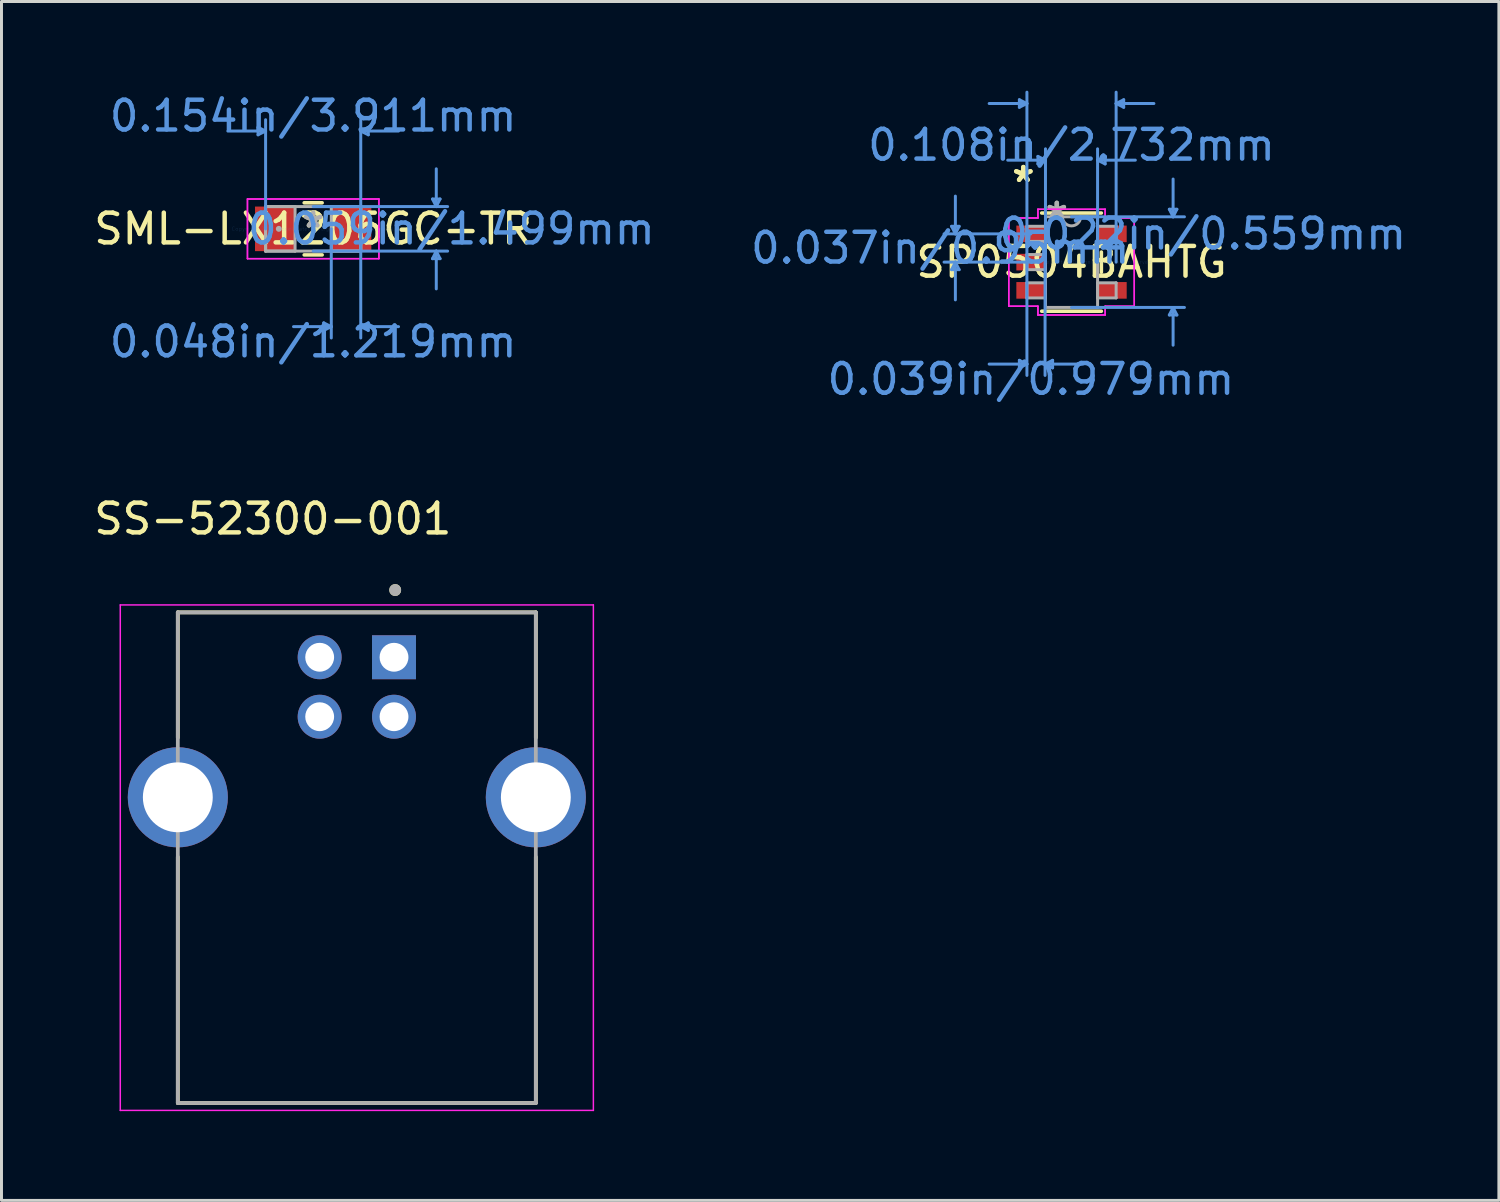
<source format=kicad_pcb>
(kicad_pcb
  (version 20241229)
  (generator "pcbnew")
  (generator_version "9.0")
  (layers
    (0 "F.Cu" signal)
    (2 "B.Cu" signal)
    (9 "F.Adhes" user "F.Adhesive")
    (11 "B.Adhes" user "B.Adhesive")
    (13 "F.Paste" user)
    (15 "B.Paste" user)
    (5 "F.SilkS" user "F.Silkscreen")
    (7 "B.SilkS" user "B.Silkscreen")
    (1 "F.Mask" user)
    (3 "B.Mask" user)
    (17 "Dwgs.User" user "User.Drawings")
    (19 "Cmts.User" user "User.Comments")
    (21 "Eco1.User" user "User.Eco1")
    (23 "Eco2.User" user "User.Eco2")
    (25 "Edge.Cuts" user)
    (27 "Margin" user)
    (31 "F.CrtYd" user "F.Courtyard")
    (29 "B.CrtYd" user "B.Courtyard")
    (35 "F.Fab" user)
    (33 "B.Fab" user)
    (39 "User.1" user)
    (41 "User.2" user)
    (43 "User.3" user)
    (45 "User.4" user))
  (footprint "SML-LX1206GC-TR"
    (layer "F.Cu")
    (at 7.482 4.646)
    (property "Reference" "SML-LX1206GC-TR" (at 0 0 0) (layer "F.SilkS") (effects (font (size 1 1) (thickness 0.15))))
    (attr through_hole)
    (fp_line (start -0.302 0.876) (end 0.302 0.876) (stroke (width 0.12) (type solid)) (layer "F.SilkS"))
    (fp_line (start 0.302 -0.876) (end -0.302 -0.876) (stroke (width 0.12) (type solid)) (layer "F.SilkS"))
    (fp_line (start -1.854 -3.416) (end -1.854 -3.162) (stroke (width 0.1) (type solid)) (layer "Cmts.User"))
    (fp_line (start -1.6 -3.289) (end -2.87 -3.289) (stroke (width 0.1) (type solid)) (layer "Cmts.User"))
    (fp_line (start -1.6 -3.289) (end -1.854 -3.416) (stroke (width 0.1) (type solid)) (layer "Cmts.User"))
    (fp_line (start -1.6 -3.289) (end -1.854 -3.162) (stroke (width 0.1) (type solid)) (layer "Cmts.User"))
    (fp_line (start -1.6 0) (end -1.6 -3.67) (stroke (width 0.1) (type solid)) (layer "Cmts.User"))
    (fp_line (start 0 -0.749) (end 4.521 -0.749) (stroke (width 0.1) (type solid)) (layer "Cmts.User"))
    (fp_line (start 0 0.749) (end 4.521 0.749) (stroke (width 0.1) (type solid)) (layer "Cmts.User"))
    (fp_line (start 0.355 3.162) (end 0.355 3.416) (stroke (width 0.1) (type solid)) (layer "Cmts.User"))
    (fp_line (start 0.609 0) (end 0.609 3.67) (stroke (width 0.1) (type solid)) (layer "Cmts.User"))
    (fp_line (start 0.609 3.289) (end -0.661 3.289) (stroke (width 0.1) (type solid)) (layer "Cmts.User"))
    (fp_line (start 0.609 3.289) (end 0.355 3.162) (stroke (width 0.1) (type solid)) (layer "Cmts.User"))
    (fp_line (start 0.609 3.289) (end 0.355 3.416) (stroke (width 0.1) (type solid)) (layer "Cmts.User"))
    (fp_line (start 1.6 -3.289) (end 1.854 -3.416) (stroke (width 0.1) (type solid)) (layer "Cmts.User"))
    (fp_line (start 1.6 -3.289) (end 1.854 -3.162) (stroke (width 0.1) (type solid)) (layer "Cmts.User"))
    (fp_line (start 1.6 -3.289) (end 2.87 -3.289) (stroke (width 0.1) (type solid)) (layer "Cmts.User"))
    (fp_line (start 1.6 0) (end 1.6 -3.67) (stroke (width 0.1) (type solid)) (layer "Cmts.User"))
    (fp_line (start 1.6 0) (end 1.6 3.67) (stroke (width 0.1) (type solid)) (layer "Cmts.User"))
    (fp_line (start 1.6 3.289) (end 1.854 3.162) (stroke (width 0.1) (type solid)) (layer "Cmts.User"))
    (fp_line (start 1.6 3.289) (end 1.854 3.416) (stroke (width 0.1) (type solid)) (layer "Cmts.User"))
    (fp_line (start 1.6 3.289) (end 2.87 3.289) (stroke (width 0.1) (type solid)) (layer "Cmts.User"))
    (fp_line (start 1.854 -3.416) (end 1.854 -3.162) (stroke (width 0.1) (type solid)) (layer "Cmts.User"))
    (fp_line (start 1.854 3.162) (end 1.854 3.416) (stroke (width 0.1) (type solid)) (layer "Cmts.User"))
    (fp_line (start 4.013 -1.003) (end 4.267 -1.003) (stroke (width 0.1) (type solid)) (layer "Cmts.User"))
    (fp_line (start 4.013 1.003) (end 4.267 1.003) (stroke (width 0.1) (type solid)) (layer "Cmts.User"))
    (fp_line (start 4.14 -0.749) (end 4.013 -1.003) (stroke (width 0.1) (type solid)) (layer "Cmts.User"))
    (fp_line (start 4.14 -0.749) (end 4.14 -2.019) (stroke (width 0.1) (type solid)) (layer "Cmts.User"))
    (fp_line (start 4.14 -0.749) (end 4.267 -1.003) (stroke (width 0.1) (type solid)) (layer "Cmts.User"))
    (fp_line (start 4.14 0.749) (end 4.013 1.003) (stroke (width 0.1) (type solid)) (layer "Cmts.User"))
    (fp_line (start 4.14 0.749) (end 4.14 2.019) (stroke (width 0.1) (type solid)) (layer "Cmts.User"))
    (fp_line (start 4.14 0.749) (end 4.267 1.003) (stroke (width 0.1) (type solid)) (layer "Cmts.User"))
    (fp_line (start -2.21 -1.003) (end 2.21 -1.003) (stroke (width 0.05) (type solid)) (layer "F.CrtYd"))
    (fp_line (start -2.21 -1.003) (end 2.21 -1.003) (stroke (width 0.05) (type solid)) (layer "F.CrtYd"))
    (fp_line (start -2.21 1.003) (end -2.21 -1.003) (stroke (width 0.05) (type solid)) (layer "F.CrtYd"))
    (fp_line (start -2.21 1.003) (end -2.21 -1.003) (stroke (width 0.05) (type solid)) (layer "F.CrtYd"))
    (fp_line (start 2.21 -1.003) (end 2.21 1.003) (stroke (width 0.05) (type solid)) (layer "F.CrtYd"))
    (fp_line (start 2.21 -1.003) (end 2.21 1.003) (stroke (width 0.05) (type solid)) (layer "F.CrtYd"))
    (fp_line (start 2.21 1.003) (end -2.21 1.003) (stroke (width 0.05) (type solid)) (layer "F.CrtYd"))
    (fp_line (start 2.21 1.003) (end -2.21 1.003) (stroke (width 0.05) (type solid)) (layer "F.CrtYd"))
    (fp_line (start -1.6 -0.749) (end -1.6 0.749) (stroke (width 0.1) (type solid)) (layer "F.Fab"))
    (fp_line (start -1.6 -0.749) (end -1.6 0.749) (stroke (width 0.1) (type solid)) (layer "F.Fab"))
    (fp_line (start -1.6 0.749) (end -0.609 0.749) (stroke (width 0.1) (type solid)) (layer "F.Fab"))
    (fp_line (start -1.6 0.749) (end 1.6 0.749) (stroke (width 0.1) (type solid)) (layer "F.Fab"))
    (fp_line (start -0.609 -0.749) (end -1.6 -0.749) (stroke (width 0.1) (type solid)) (layer "F.Fab"))
    (fp_line (start -0.609 0.749) (end -0.609 -0.749) (stroke (width 0.1) (type solid)) (layer "F.Fab"))
    (fp_line (start 0.609 -0.749) (end 0.609 0.749) (stroke (width 0.1) (type solid)) (layer "F.Fab"))
    (fp_line (start 0.609 0.749) (end 1.6 0.749) (stroke (width 0.1) (type solid)) (layer "F.Fab"))
    (fp_line (start 1.6 -0.749) (end -1.6 -0.749) (stroke (width 0.1) (type solid)) (layer "F.Fab"))
    (fp_line (start 1.6 -0.749) (end 0.609 -0.749) (stroke (width 0.1) (type solid)) (layer "F.Fab"))
    (fp_line (start 1.6 0.749) (end 1.6 -0.749) (stroke (width 0.1) (type solid)) (layer "F.Fab"))
    (fp_line (start 1.6 0.749) (end 1.6 -0.749) (stroke (width 0.1) (type solid)) (layer "F.Fab"))
    (fp_circle (center -1.156 0) (end -1.156 0) (stroke (width 0.1) (type solid)) (fill no) (layer "F.Fab"))
    (fp_text user "*" (at 0 0 0) (layer "F.SilkS") (effects (font (size 1 1) (thickness 0.15))))
    (fp_text user "0.154in/3.911mm" (at 0 -3.797 0) (layer "Cmts.User") (effects (font (size 1 1) (thickness 0.15))))
    (fp_text user "Copyright 2021 Accelerated Designs. All rights reserved." (at 0 0 0) (layer "Cmts.User") (effects (font (size 0.127 0.127) (thickness 0.002))))
    (fp_text user "0.059in/1.499mm" (at 4.648 0 0) (layer "Cmts.User") (effects (font (size 1 1) (thickness 0.15))))
    (fp_text user "0.048in/1.219mm" (at 0 3.797 0) (layer "Cmts.User") (effects (font (size 1 1) (thickness 0.15))))
    (fp_text user "*" (at 0 0 0) (layer "F.Fab") (effects (font (size 1 1) (thickness 0.15))))
    (pad "1" smd rect (at -1.283 0) (size 1.346 1.499) (layers "F.Cu" "F.Mask" "F.Paste"))
    (pad "2" smd rect (at 1.283 0) (size 1.346 1.499) (layers "F.Cu" "F.Mask" "F.Paste")))
  (footprint "SP0504BAHTG"
    (layer "F.Cu")
    (at 32.985 5.765)
    (property "Reference" "SP0504BAHTG" (at 0 0 0) (layer "F.SilkS") (effects (font (size 1 1) (thickness 0.15))))
    (attr through_hole)
    (fp_line (start -1.003 1.651) (end 1.003 1.651) (stroke (width 0.12) (type solid)) (layer "F.SilkS"))
    (fp_line (start 1.003 -1.651) (end -1.003 -1.651) (stroke (width 0.12) (type solid)) (layer "F.SilkS"))
    (fp_line (start 1.003 0.338) (end 1.003 -0.338) (stroke (width 0.12) (type solid)) (layer "F.SilkS"))
    (fp_line (start -4.033 -1.204) (end -3.779 -1.204) (stroke (width 0.1) (type solid)) (layer "Cmts.User"))
    (fp_line (start -4.033 0.254) (end -3.779 0.254) (stroke (width 0.1) (type solid)) (layer "Cmts.User"))
    (fp_line (start -3.906 -0.95) (end -4.033 -1.204) (stroke (width 0.1) (type solid)) (layer "Cmts.User"))
    (fp_line (start -3.906 -0.95) (end -3.906 -2.22) (stroke (width 0.1) (type solid)) (layer "Cmts.User"))
    (fp_line (start -3.906 -0.95) (end -3.779 -1.204) (stroke (width 0.1) (type solid)) (layer "Cmts.User"))
    (fp_line (start -3.906 0) (end -4.033 0.254) (stroke (width 0.1) (type solid)) (layer "Cmts.User"))
    (fp_line (start -3.906 0) (end -3.906 1.27) (stroke (width 0.1) (type solid)) (layer "Cmts.User"))
    (fp_line (start -3.906 0) (end -3.779 0.254) (stroke (width 0.1) (type solid)) (layer "Cmts.User"))
    (fp_line (start -1.754 -5.461) (end -1.754 -5.207) (stroke (width 0.1) (type solid)) (layer "Cmts.User"))
    (fp_line (start -1.754 3.302) (end -1.754 3.556) (stroke (width 0.1) (type solid)) (layer "Cmts.User"))
    (fp_line (start -1.5 -5.334) (end -2.77 -5.334) (stroke (width 0.1) (type solid)) (layer "Cmts.User"))
    (fp_line (start -1.5 -5.334) (end -1.754 -5.461) (stroke (width 0.1) (type solid)) (layer "Cmts.User"))
    (fp_line (start -1.5 -5.334) (end -1.754 -5.207) (stroke (width 0.1) (type solid)) (layer "Cmts.User"))
    (fp_line (start -1.5 0) (end -1.5 -5.715) (stroke (width 0.1) (type solid)) (layer "Cmts.User"))
    (fp_line (start -1.5 0) (end -1.5 3.81) (stroke (width 0.1) (type solid)) (layer "Cmts.User"))
    (fp_line (start -1.5 3.429) (end -2.77 3.429) (stroke (width 0.1) (type solid)) (layer "Cmts.User"))
    (fp_line (start -1.5 3.429) (end -1.754 3.302) (stroke (width 0.1) (type solid)) (layer "Cmts.User"))
    (fp_line (start -1.5 3.429) (end -1.754 3.556) (stroke (width 0.1) (type solid)) (layer "Cmts.User"))
    (fp_line (start -1.366 -0.95) (end -4.287 -0.95) (stroke (width 0.1) (type solid)) (layer "Cmts.User"))
    (fp_line (start -1.366 0) (end -4.287 0) (stroke (width 0.1) (type solid)) (layer "Cmts.User"))
    (fp_line (start -1.13 -3.556) (end -1.13 -3.302) (stroke (width 0.1) (type solid)) (layer "Cmts.User"))
    (fp_line (start -0.89 0) (end -0.89 3.81) (stroke (width 0.1) (type solid)) (layer "Cmts.User"))
    (fp_line (start -0.89 3.429) (end -0.636 3.302) (stroke (width 0.1) (type solid)) (layer "Cmts.User"))
    (fp_line (start -0.89 3.429) (end -0.636 3.556) (stroke (width 0.1) (type solid)) (layer "Cmts.User"))
    (fp_line (start -0.89 3.429) (end 0.38 3.429) (stroke (width 0.1) (type solid)) (layer "Cmts.User"))
    (fp_line (start -0.876 -3.429) (end -2.146 -3.429) (stroke (width 0.1) (type solid)) (layer "Cmts.User"))
    (fp_line (start -0.876 -3.429) (end -1.13 -3.556) (stroke (width 0.1) (type solid)) (layer "Cmts.User"))
    (fp_line (start -0.876 -3.429) (end -1.13 -3.302) (stroke (width 0.1) (type solid)) (layer "Cmts.User"))
    (fp_line (start -0.876 0) (end -0.876 -3.81) (stroke (width 0.1) (type solid)) (layer "Cmts.User"))
    (fp_line (start -0.636 3.302) (end -0.636 3.556) (stroke (width 0.1) (type solid)) (layer "Cmts.User"))
    (fp_line (start 0 -1.524) (end 3.797 -1.524) (stroke (width 0.1) (type solid)) (layer "Cmts.User"))
    (fp_line (start 0 1.524) (end 3.797 1.524) (stroke (width 0.1) (type solid)) (layer "Cmts.User"))
    (fp_line (start 0.876 -3.429) (end 1.13 -3.556) (stroke (width 0.1) (type solid)) (layer "Cmts.User"))
    (fp_line (start 0.876 -3.429) (end 1.13 -3.302) (stroke (width 0.1) (type solid)) (layer "Cmts.User"))
    (fp_line (start 0.876 -3.429) (end 2.146 -3.429) (stroke (width 0.1) (type solid)) (layer "Cmts.User"))
    (fp_line (start 0.876 0) (end 0.876 -3.81) (stroke (width 0.1) (type solid)) (layer "Cmts.User"))
    (fp_line (start 1.13 -3.556) (end 1.13 -3.302) (stroke (width 0.1) (type solid)) (layer "Cmts.User"))
    (fp_line (start 1.5 -5.334) (end 1.754 -5.461) (stroke (width 0.1) (type solid)) (layer "Cmts.User"))
    (fp_line (start 1.5 -5.334) (end 1.754 -5.207) (stroke (width 0.1) (type solid)) (layer "Cmts.User"))
    (fp_line (start 1.5 -5.334) (end 2.77 -5.334) (stroke (width 0.1) (type solid)) (layer "Cmts.User"))
    (fp_line (start 1.5 0) (end 1.5 -5.715) (stroke (width 0.1) (type solid)) (layer "Cmts.User"))
    (fp_line (start 1.754 -5.461) (end 1.754 -5.207) (stroke (width 0.1) (type solid)) (layer "Cmts.User"))
    (fp_line (start 3.289 -1.778) (end 3.543 -1.778) (stroke (width 0.1) (type solid)) (layer "Cmts.User"))
    (fp_line (start 3.289 1.778) (end 3.543 1.778) (stroke (width 0.1) (type solid)) (layer "Cmts.User"))
    (fp_line (start 3.416 -1.524) (end 3.289 -1.778) (stroke (width 0.1) (type solid)) (layer "Cmts.User"))
    (fp_line (start 3.416 -1.524) (end 3.416 -2.794) (stroke (width 0.1) (type solid)) (layer "Cmts.User"))
    (fp_line (start 3.416 -1.524) (end 3.543 -1.778) (stroke (width 0.1) (type solid)) (layer "Cmts.User"))
    (fp_line (start 3.416 1.524) (end 3.289 1.778) (stroke (width 0.1) (type solid)) (layer "Cmts.User"))
    (fp_line (start 3.416 1.524) (end 3.416 2.794) (stroke (width 0.1) (type solid)) (layer "Cmts.User"))
    (fp_line (start 3.416 1.524) (end 3.543 1.778) (stroke (width 0.1) (type solid)) (layer "Cmts.User"))
    (fp_line (start -2.11 -1.483) (end -1.13 -1.483) (stroke (width 0.05) (type solid)) (layer "F.CrtYd"))
    (fp_line (start -2.11 -1.483) (end -1.13 -1.483) (stroke (width 0.05) (type solid)) (layer "F.CrtYd"))
    (fp_line (start -2.11 1.483) (end -2.11 -1.483) (stroke (width 0.05) (type solid)) (layer "F.CrtYd"))
    (fp_line (start -2.11 1.483) (end -2.11 -1.483) (stroke (width 0.05) (type solid)) (layer "F.CrtYd"))
    (fp_line (start -2.11 1.483) (end -1.13 1.483) (stroke (width 0.05) (type solid)) (layer "F.CrtYd"))
    (fp_line (start -1.13 -1.778) (end 1.13 -1.778) (stroke (width 0.05) (type solid)) (layer "F.CrtYd"))
    (fp_line (start -1.13 -1.778) (end 1.13 -1.778) (stroke (width 0.05) (type solid)) (layer "F.CrtYd"))
    (fp_line (start -1.13 -1.483) (end -1.13 -1.778) (stroke (width 0.05) (type solid)) (layer "F.CrtYd"))
    (fp_line (start -1.13 -1.483) (end -1.13 -1.778) (stroke (width 0.05) (type solid)) (layer "F.CrtYd"))
    (fp_line (start -1.13 1.483) (end -2.11 1.483) (stroke (width 0.05) (type solid)) (layer "F.CrtYd"))
    (fp_line (start -1.13 1.778) (end -1.13 1.483) (stroke (width 0.05) (type solid)) (layer "F.CrtYd"))
    (fp_line (start -1.13 1.778) (end -1.13 1.483) (stroke (width 0.05) (type solid)) (layer "F.CrtYd"))
    (fp_line (start 1.13 -1.778) (end 1.13 -1.483) (stroke (width 0.05) (type solid)) (layer "F.CrtYd"))
    (fp_line (start 1.13 -1.778) (end 1.13 -1.483) (stroke (width 0.05) (type solid)) (layer "F.CrtYd"))
    (fp_line (start 1.13 -1.483) (end 2.11 -1.483) (stroke (width 0.05) (type solid)) (layer "F.CrtYd"))
    (fp_line (start 1.13 1.483) (end 1.13 1.778) (stroke (width 0.05) (type solid)) (layer "F.CrtYd"))
    (fp_line (start 1.13 1.483) (end 1.13 1.778) (stroke (width 0.05) (type solid)) (layer "F.CrtYd"))
    (fp_line (start 1.13 1.778) (end -1.13 1.778) (stroke (width 0.05) (type solid)) (layer "F.CrtYd"))
    (fp_line (start 1.13 1.778) (end -1.13 1.778) (stroke (width 0.05) (type solid)) (layer "F.CrtYd"))
    (fp_line (start 2.11 -1.483) (end 1.13 -1.483) (stroke (width 0.05) (type solid)) (layer "F.CrtYd"))
    (fp_line (start 2.11 -1.483) (end 2.11 1.483) (stroke (width 0.05) (type solid)) (layer "F.CrtYd"))
    (fp_line (start 2.11 -1.483) (end 2.11 1.483) (stroke (width 0.05) (type solid)) (layer "F.CrtYd"))
    (fp_line (start 2.11 1.483) (end 1.13 1.483) (stroke (width 0.05) (type solid)) (layer "F.CrtYd"))
    (fp_line (start 2.11 1.483) (end 1.13 1.483) (stroke (width 0.05) (type solid)) (layer "F.CrtYd"))
    (fp_line (start -1.5 -1.204) (end -1.5 -0.696) (stroke (width 0.1) (type solid)) (layer "F.Fab"))
    (fp_line (start -1.5 -0.696) (end -0.876 -0.696) (stroke (width 0.1) (type solid)) (layer "F.Fab"))
    (fp_line (start -1.5 -0.254) (end -1.5 0.254) (stroke (width 0.1) (type solid)) (layer "F.Fab"))
    (fp_line (start -1.5 0.254) (end -0.876 0.254) (stroke (width 0.1) (type solid)) (layer "F.Fab"))
    (fp_line (start -1.5 0.696) (end -1.5 1.204) (stroke (width 0.1) (type solid)) (layer "F.Fab"))
    (fp_line (start -1.5 1.204) (end -0.876 1.204) (stroke (width 0.1) (type solid)) (layer "F.Fab"))
    (fp_line (start -0.876 -1.524) (end -0.876 1.524) (stroke (width 0.1) (type solid)) (layer "F.Fab"))
    (fp_line (start -0.876 -1.204) (end -1.5 -1.204) (stroke (width 0.1) (type solid)) (layer "F.Fab"))
    (fp_line (start -0.876 -0.696) (end -0.876 -1.204) (stroke (width 0.1) (type solid)) (layer "F.Fab"))
    (fp_line (start -0.876 -0.254) (end -1.5 -0.254) (stroke (width 0.1) (type solid)) (layer "F.Fab"))
    (fp_line (start -0.876 0.254) (end -0.876 -0.254) (stroke (width 0.1) (type solid)) (layer "F.Fab"))
    (fp_line (start -0.876 0.696) (end -1.5 0.696) (stroke (width 0.1) (type solid)) (layer "F.Fab"))
    (fp_line (start -0.876 1.204) (end -0.876 0.696) (stroke (width 0.1) (type solid)) (layer "F.Fab"))
    (fp_line (start -0.876 1.524) (end 0.876 1.524) (stroke (width 0.1) (type solid)) (layer "F.Fab"))
    (fp_line (start 0.876 -1.524) (end -0.876 -1.524) (stroke (width 0.1) (type solid)) (layer "F.Fab"))
    (fp_line (start 0.876 -1.204) (end 0.876 -0.696) (stroke (width 0.1) (type solid)) (layer "F.Fab"))
    (fp_line (start 0.876 -0.696) (end 1.5 -0.696) (stroke (width 0.1) (type solid)) (layer "F.Fab"))
    (fp_line (start 0.876 0.696) (end 0.876 1.204) (stroke (width 0.1) (type solid)) (layer "F.Fab"))
    (fp_line (start 0.876 1.204) (end 1.5 1.204) (stroke (width 0.1) (type solid)) (layer "F.Fab"))
    (fp_line (start 0.876 1.524) (end 0.876 -1.524) (stroke (width 0.1) (type solid)) (layer "F.Fab"))
    (fp_line (start 1.5 -1.204) (end 0.876 -1.204) (stroke (width 0.1) (type solid)) (layer "F.Fab"))
    (fp_line (start 1.5 -0.696) (end 1.5 -1.204) (stroke (width 0.1) (type solid)) (layer "F.Fab"))
    (fp_line (start 1.5 0.696) (end 0.876 0.696) (stroke (width 0.1) (type solid)) (layer "F.Fab"))
    (fp_line (start 1.5 1.204) (end 1.5 0.696) (stroke (width 0.1) (type solid)) (layer "F.Fab"))
    (fp_arc (start 0.3048 -1.524) (mid 0 -1.2192) (end -0.3048 -1.524) (stroke (width 0.1) (type solid)) (layer "F.Fab"))
    (fp_text user "*" (at -1.62 -2.652 0) (layer "F.SilkS") (effects (font (size 1 1) (thickness 0.15))))
    (fp_text user "*" (at -1.62 -2.652 0) (layer "F.SilkS") (effects (font (size 1 1) (thickness 0.15))))
    (fp_text user "0.039in/0.979mm" (at -1.366 3.937 0) (layer "Cmts.User") (effects (font (size 1 1) (thickness 0.15))))
    (fp_text user "0.037in/0.95mm" (at -4.414 -0.475 0) (layer "Cmts.User") (effects (font (size 1 1) (thickness 0.15))))
    (fp_text user "0.108in/2.732mm" (at 0 -3.937 0) (layer "Cmts.User") (effects (font (size 1 1) (thickness 0.15))))
    (fp_text user "Copyright 2021 Accelerated Designs. All rights reserved." (at 0 0 0) (layer "Cmts.User") (effects (font (size 0.127 0.127) (thickness 0.002))))
    (fp_text user "0.022in/0.559mm" (at 4.414 -0.95 0) (layer "Cmts.User") (effects (font (size 1 1) (thickness 0.15))))
    (fp_text user "*" (at -0.495 -1.448 0) (layer "F.Fab") (effects (font (size 1 1) (thickness 0.15))))
    (fp_text user "*" (at -0.495 -1.448 0) (layer "F.Fab") (effects (font (size 1 1) (thickness 0.15))))
    (pad "1" smd rect (at -1.366 -0.95) (size 0.979 0.559) (layers "F.Cu" "F.Mask" "F.Paste"))
    (pad "2" smd rect (at -1.366 0) (size 0.979 0.559) (layers "F.Cu" "F.Mask" "F.Paste"))
    (pad "3" smd rect (at -1.366 0.95) (size 0.979 0.559) (layers "F.Cu" "F.Mask" "F.Paste"))
    (pad "4" smd rect (at 1.366 0.95) (size 0.979 0.559) (layers "F.Cu" "F.Mask" "F.Paste"))
    (pad "5" smd rect (at 1.366 -0.95) (size 0.979 0.559) (layers "F.Cu" "F.Mask" "F.Paste")))
  (footprint "SS-52300-001"
    (layer "F.Cu")
    (at 8.95 21.053)
    (property "Reference" "SS-52300-001" (at -2.825 -6.655 0) (layer "F.SilkS") (effects (font (size 1 1) (thickness 0.15))))
    (attr through_hole)
    (fp_line (start -6.02 -3.51) (end -6.02 0.705) (stroke (width 0.127) (type solid)) (layer "F.SilkS"))
    (fp_line (start -6.02 4.715) (end -6.02 12.99) (stroke (width 0.127) (type solid)) (layer "F.SilkS"))
    (fp_line (start -6.02 12.99) (end 6.02 12.99) (stroke (width 0.127) (type solid)) (layer "F.SilkS"))
    (fp_line (start 6.02 -3.51) (end -6.02 -3.51) (stroke (width 0.127) (type solid)) (layer "F.SilkS"))
    (fp_line (start 6.02 0.705) (end 6.02 -3.51) (stroke (width 0.127) (type solid)) (layer "F.SilkS"))
    (fp_line (start 6.02 12.99) (end 6.02 4.715) (stroke (width 0.127) (type solid)) (layer "F.SilkS"))
    (fp_circle (center 1.29 -4.26) (end 1.39 -4.26) (stroke (width 0.2) (type solid)) (fill no) (layer "F.SilkS"))
    (fp_line (start -7.955 -3.76) (end -7.955 13.24) (stroke (width 0.05) (type solid)) (layer "F.CrtYd"))
    (fp_line (start -7.955 13.24) (end 7.955 13.24) (stroke (width 0.05) (type solid)) (layer "F.CrtYd"))
    (fp_line (start 7.955 -3.76) (end -7.955 -3.76) (stroke (width 0.05) (type solid)) (layer "F.CrtYd"))
    (fp_line (start 7.955 13.24) (end 7.955 -3.76) (stroke (width 0.05) (type solid)) (layer "F.CrtYd"))
    (fp_line (start -6.02 -3.51) (end -6.02 12.99) (stroke (width 0.127) (type solid)) (layer "F.Fab"))
    (fp_line (start -6.02 12.99) (end 6.02 12.99) (stroke (width 0.127) (type solid)) (layer "F.Fab"))
    (fp_line (start 6.02 -3.51) (end -6.02 -3.51) (stroke (width 0.127) (type solid)) (layer "F.Fab"))
    (fp_line (start 6.02 12.99) (end 6.02 -3.51) (stroke (width 0.127) (type solid)) (layer "F.Fab"))
    (fp_circle (center 1.29 -4.26) (end 1.39 -4.26) (stroke (width 0.2) (type solid)) (fill no) (layer "F.Fab"))
    (pad "1" thru_hole rect (at 1.25 -2) (size 1.478 1.478) (drill 0.97) (layers "*.Cu" "*.Mask"))
    (pad "2" thru_hole circle (at -1.25 -2) (size 1.478 1.478) (drill 0.97) (layers "*.Cu" "*.Mask"))
    (pad "3" thru_hole circle (at -1.25 0) (size 1.478 1.478) (drill 0.97) (layers "*.Cu" "*.Mask"))
    (pad "4" thru_hole circle (at 1.25 0) (size 1.478 1.478) (drill 0.97) (layers "*.Cu" "*.Mask"))
    (pad "S1" thru_hole circle (at -6.02 2.71) (size 3.366 3.366) (drill 2.35) (layers "*.Cu" "*.Mask"))
    (pad "S2" thru_hole circle (at 6.02 2.71) (size 3.366 3.366) (drill 2.35) (layers "*.Cu" "*.Mask")))
  (gr_rect
    (start -3 -3)
    (end 47.357 37.319)
    (stroke (width 0.1) (type default))
    (fill no)
    (layer "Edge.Cuts")))
</source>
